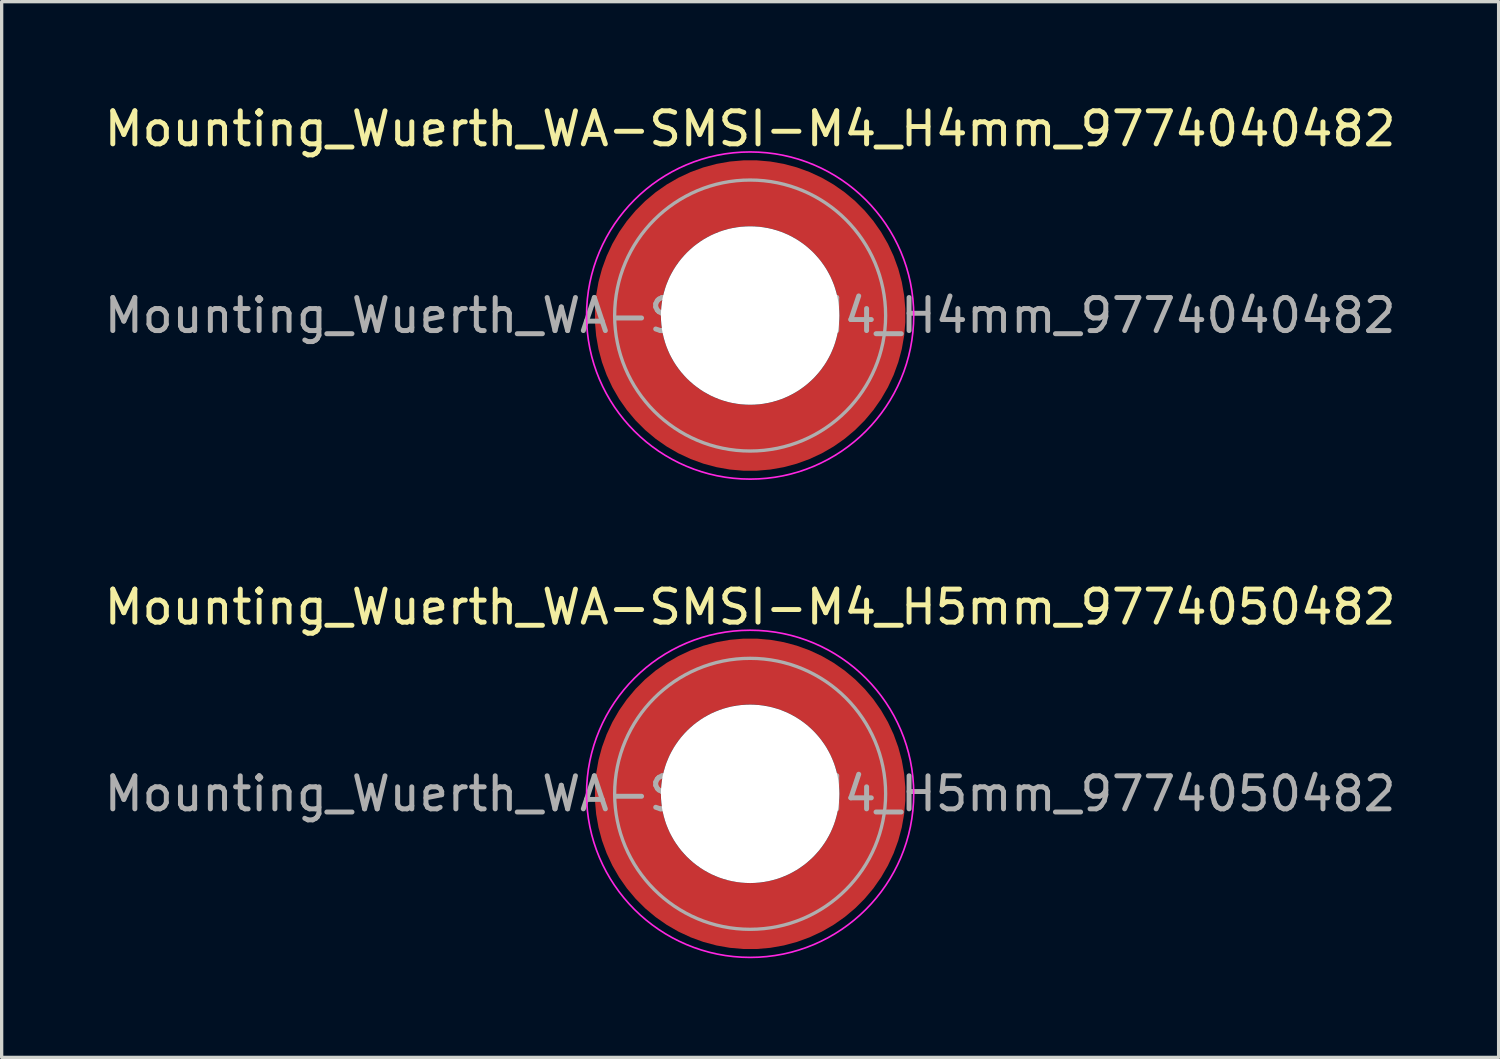
<source format=kicad_pcb>
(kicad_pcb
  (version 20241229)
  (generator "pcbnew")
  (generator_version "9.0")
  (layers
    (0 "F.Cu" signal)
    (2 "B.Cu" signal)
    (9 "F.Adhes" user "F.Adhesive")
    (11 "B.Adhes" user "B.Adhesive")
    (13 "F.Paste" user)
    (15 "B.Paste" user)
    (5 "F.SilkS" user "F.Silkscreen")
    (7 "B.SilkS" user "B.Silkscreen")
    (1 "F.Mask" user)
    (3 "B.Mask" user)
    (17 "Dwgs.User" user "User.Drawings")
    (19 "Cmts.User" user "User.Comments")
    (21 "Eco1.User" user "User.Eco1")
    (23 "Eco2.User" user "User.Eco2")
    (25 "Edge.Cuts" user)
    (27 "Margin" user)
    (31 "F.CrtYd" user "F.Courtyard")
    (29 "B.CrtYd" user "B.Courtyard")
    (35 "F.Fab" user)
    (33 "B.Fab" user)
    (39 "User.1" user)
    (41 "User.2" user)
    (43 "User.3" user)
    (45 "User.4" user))
  (footprint "Mounting_Wuerth_WA-SMSI-M4_H4mm_9774040482"
    (layer "F.Cu")
    (at 19.649 6.498)
    (property "Reference" "Mounting_Wuerth_WA-SMSI-M4_H4mm_9774040482" (at 0 -5.65 0) (layer "F.SilkS") (effects (font (size 1 1) (thickness 0.15))))
    (attr smd allow_soldermask_bridges)
    (fp_circle (center 0 0) (end 4.95 0) (stroke (width 0.05) (type solid)) (fill no) (layer "F.CrtYd"))
    (fp_circle (center 0 0) (end 4.1 0) (stroke (width 0.1) (type solid)) (fill no) (layer "F.Fab"))
    (fp_text user "${REFERENCE}" (at 0 0 0) (layer "F.Fab") (effects (font (size 1 1) (thickness 0.15))))
    (pad "" smd custom (at -2.607 -2.607) (size 0.948 0.948) (layers "F.Paste") (options (anchor circle)) (primitives (gr_arc (start -0.188183 2.107456) (mid 0.599273 0.599273) (end 2.107456 -0.188183) (width 0.2)) (gr_arc (start -0.289416 2.107456) (mid 0.52877 0.52877) (end 2.107456 -0.289416) (width 0.2)) (gr_arc (start -0.390547 2.107456) (mid 0.458268 0.458268) (end 2.107456 -0.390547) (width 0.2)) (gr_arc (start -0.491585 2.107456) (mid 0.387765 0.387765) (end 2.107456 -0.491585) (width 0.2)) (gr_arc (start -0.59254 2.107456) (mid 0.317262 0.317262) (end 2.107456 -0.59254) (width 0.2)) (gr_arc (start -0.693419 2.107456) (mid 0.246759 0.246759) (end 2.107456 -0.693419) (width 0.2)) (gr_arc (start -0.794229 2.107456) (mid 0.176257 0.176257) (end 2.107456 -0.794229) (width 0.2)) (gr_arc (start -0.894975 2.107456) (mid 0.105754 0.105754) (end 2.107456 -0.894975) (width 0.2)) (gr_arc (start -0.995664 2.107456) (mid 0.035251 0.035251) (end 2.107456 -0.995664) (width 0.2)) (gr_arc (start -1.0963 2.107456) (mid -0.035251 -0.035251) (end 2.107456 -1.0963) (width 0.2)) (gr_arc (start -1.196886 2.107456) (mid -0.105754 -0.105754) (end 2.107456 -1.196886) (width 0.2)) (gr_arc (start -1.297427 2.107456) (mid -0.176257 -0.176257) (end 2.107456 -1.297427) (width 0.2)) (gr_arc (start -1.397927 2.107456) (mid -0.246759 -0.246759) (end 2.107456 -1.397927) (width 0.2)) (gr_arc (start -1.498388 2.107456) (mid -0.317262 -0.317262) (end 2.107456 -1.498388) (width 0.2)) (gr_arc (start -1.598813 2.107456) (mid -0.387765 -0.387765) (end 2.107456 -1.598813) (width 0.2)) (gr_arc (start -1.699204 2.107456) (mid -0.458268 -0.458268) (end 2.107456 -1.699204) (width 0.2)) (gr_arc (start -1.799565 2.107456) (mid -0.52877 -0.52877) (end 2.107456 -1.799565) (width 0.2)) (gr_arc (start -1.899896 2.107456) (mid -0.599273 -0.599273) (end 2.107456 -1.899896) (width 0.2)) (gr_arc (start -1.899896 2.107456) (mid -0.599273 -0.599273) (end 2.107456 -1.899896) (width 0.2)) (gr_line (start 2.107 -0.188) (end 2.107 -1.9) (width 0.2)) (gr_line (start -0.188 2.107) (end -1.9 2.107) (width 0.2))))
    (pad "" smd custom (at -2.607 2.607) (size 0.948 0.948) (layers "F.Paste") (options (anchor circle)) (primitives (gr_arc (start 2.107456 0.188183) (mid 0.599273 -0.599273) (end -0.188183 -2.107456) (width 0.2)) (gr_arc (start 2.107456 0.289416) (mid 0.52877 -0.52877) (end -0.289416 -2.107456) (width 0.2)) (gr_arc (start 2.107456 0.390547) (mid 0.458268 -0.458268) (end -0.390547 -2.107456) (width 0.2)) (gr_arc (start 2.107456 0.491585) (mid 0.387765 -0.387765) (end -0.491585 -2.107456) (width 0.2)) (gr_arc (start 2.107456 0.59254) (mid 0.317262 -0.317262) (end -0.59254 -2.107456) (width 0.2)) (gr_arc (start 2.107456 0.693419) (mid 0.246759 -0.246759) (end -0.693419 -2.107456) (width 0.2)) (gr_arc (start 2.107456 0.794229) (mid 0.176257 -0.176257) (end -0.794229 -2.107456) (width 0.2)) (gr_arc (start 2.107456 0.894975) (mid 0.105754 -0.105754) (end -0.894975 -2.107456) (width 0.2)) (gr_arc (start 2.107456 0.995664) (mid 0.035251 -0.035251) (end -0.995664 -2.107456) (width 0.2)) (gr_arc (start 2.107456 1.0963) (mid -0.035251 0.035251) (end -1.0963 -2.107456) (width 0.2)) (gr_arc (start 2.107456 1.196886) (mid -0.105754 0.105754) (end -1.196886 -2.107456) (width 0.2)) (gr_arc (start 2.107456 1.297427) (mid -0.176257 0.176257) (end -1.297427 -2.107456) (width 0.2)) (gr_arc (start 2.107456 1.397927) (mid -0.246759 0.246759) (end -1.397927 -2.107456) (width 0.2)) (gr_arc (start 2.107456 1.498388) (mid -0.317262 0.317262) (end -1.498388 -2.107456) (width 0.2)) (gr_arc (start 2.107456 1.598813) (mid -0.387765 0.387765) (end -1.598813 -2.107456) (width 0.2)) (gr_arc (start 2.107456 1.699204) (mid -0.458268 0.458268) (end -1.699204 -2.107456) (width 0.2)) (gr_arc (start 2.107456 1.799565) (mid -0.52877 0.52877) (end -1.799565 -2.107456) (width 0.2)) (gr_arc (start 2.107456 1.899896) (mid -0.599273 0.599273) (end -1.899896 -2.107456) (width 0.2)) (gr_arc (start 2.107456 1.899896) (mid -0.599273 0.599273) (end -1.899896 -2.107456) (width 0.2)) (gr_line (start -0.188 -2.107) (end -1.9 -2.107) (width 0.2)) (gr_line (start 2.107 0.188) (end 2.107 1.9) (width 0.2))))
    (pad "" np_thru_hole circle (at 0 0) (size 5.4 5.4) (drill 5.4) (layers "*.Cu" "*.Mask"))
    (pad "" smd custom (at 2.607 -2.607) (size 0.948 0.948) (layers "F.Paste") (options (anchor circle)) (primitives (gr_arc (start -2.107456 -0.188183) (mid -0.599273 0.599273) (end 0.188183 2.107456) (width 0.2)) (gr_arc (start -2.107456 -0.289416) (mid -0.52877 0.52877) (end 0.289416 2.107456) (width 0.2)) (gr_arc (start -2.107456 -0.390547) (mid -0.458268 0.458268) (end 0.390547 2.107456) (width 0.2)) (gr_arc (start -2.107456 -0.491585) (mid -0.387765 0.387765) (end 0.491585 2.107456) (width 0.2)) (gr_arc (start -2.107456 -0.59254) (mid -0.317262 0.317262) (end 0.59254 2.107456) (width 0.2)) (gr_arc (start -2.107456 -0.693419) (mid -0.246759 0.246759) (end 0.693419 2.107456) (width 0.2)) (gr_arc (start -2.107456 -0.794229) (mid -0.176257 0.176257) (end 0.794229 2.107456) (width 0.2)) (gr_arc (start -2.107456 -0.894975) (mid -0.105754 0.105754) (end 0.894975 2.107456) (width 0.2)) (gr_arc (start -2.107456 -0.995664) (mid -0.035251 0.035251) (end 0.995664 2.107456) (width 0.2)) (gr_arc (start -2.107456 -1.0963) (mid 0.035251 -0.035251) (end 1.0963 2.107456) (width 0.2)) (gr_arc (start -2.107456 -1.196886) (mid 0.105754 -0.105754) (end 1.196886 2.107456) (width 0.2)) (gr_arc (start -2.107456 -1.297427) (mid 0.176257 -0.176257) (end 1.297427 2.107456) (width 0.2)) (gr_arc (start -2.107456 -1.397927) (mid 0.246759 -0.246759) (end 1.397927 2.107456) (width 0.2)) (gr_arc (start -2.107456 -1.498388) (mid 0.317262 -0.317262) (end 1.498388 2.107456) (width 0.2)) (gr_arc (start -2.107456 -1.598813) (mid 0.387765 -0.387765) (end 1.598813 2.107456) (width 0.2)) (gr_arc (start -2.107456 -1.699204) (mid 0.458268 -0.458268) (end 1.699204 2.107456) (width 0.2)) (gr_arc (start -2.107456 -1.799565) (mid 0.52877 -0.52877) (end 1.799565 2.107456) (width 0.2)) (gr_arc (start -2.107456 -1.899896) (mid 0.599273 -0.599273) (end 1.899896 2.107456) (width 0.2)) (gr_arc (start -2.107456 -1.899896) (mid 0.599273 -0.599273) (end 1.899896 2.107456) (width 0.2)) (gr_line (start 0.188 2.107) (end 1.9 2.107) (width 0.2)) (gr_line (start -2.107 -0.188) (end -2.107 -1.9) (width 0.2))))
    (pad "" smd custom (at 2.607 2.607) (size 0.948 0.948) (layers "F.Paste") (options (anchor circle)) (primitives (gr_arc (start 0.188183 -2.107456) (mid -0.599273 -0.599273) (end -2.107456 0.188183) (width 0.2)) (gr_arc (start 0.289416 -2.107456) (mid -0.52877 -0.52877) (end -2.107456 0.289416) (width 0.2)) (gr_arc (start 0.390547 -2.107456) (mid -0.458268 -0.458268) (end -2.107456 0.390547) (width 0.2)) (gr_arc (start 0.491585 -2.107456) (mid -0.387765 -0.387765) (end -2.107456 0.491585) (width 0.2)) (gr_arc (start 0.59254 -2.107456) (mid -0.317262 -0.317262) (end -2.107456 0.59254) (width 0.2)) (gr_arc (start 0.693419 -2.107456) (mid -0.246759 -0.246759) (end -2.107456 0.693419) (width 0.2)) (gr_arc (start 0.794229 -2.107456) (mid -0.176257 -0.176257) (end -2.107456 0.794229) (width 0.2)) (gr_arc (start 0.894975 -2.107456) (mid -0.105754 -0.105754) (end -2.107456 0.894975) (width 0.2)) (gr_arc (start 0.995664 -2.107456) (mid -0.035251 -0.035251) (end -2.107456 0.995664) (width 0.2)) (gr_arc (start 1.0963 -2.107456) (mid 0.035251 0.035251) (end -2.107456 1.0963) (width 0.2)) (gr_arc (start 1.196886 -2.107456) (mid 0.105754 0.105754) (end -2.107456 1.196886) (width 0.2)) (gr_arc (start 1.297427 -2.107456) (mid 0.176257 0.176257) (end -2.107456 1.297427) (width 0.2)) (gr_arc (start 1.397927 -2.107456) (mid 0.246759 0.246759) (end -2.107456 1.397927) (width 0.2)) (gr_arc (start 1.498388 -2.107456) (mid 0.317262 0.317262) (end -2.107456 1.498388) (width 0.2)) (gr_arc (start 1.598813 -2.107456) (mid 0.387765 0.387765) (end -2.107456 1.598813) (width 0.2)) (gr_arc (start 1.699204 -2.107456) (mid 0.458268 0.458268) (end -2.107456 1.699204) (width 0.2)) (gr_arc (start 1.799565 -2.107456) (mid 0.52877 0.52877) (end -2.107456 1.799565) (width 0.2)) (gr_arc (start 1.899896 -2.107456) (mid 0.599273 0.599273) (end -2.107456 1.899896) (width 0.2)) (gr_arc (start 1.899896 -2.107456) (mid 0.599273 0.599273) (end -2.107456 1.899896) (width 0.2)) (gr_line (start -2.107 0.188) (end -2.107 1.9) (width 0.2)) (gr_line (start 0.188 -2.107) (end 1.9 -2.107) (width 0.2))))
    (pad "1" smd circle (at -3.7 0) (size 1.492 1.492) (layers "F.Cu"))
    (pad "1" smd circle (at 0 -3.7) (size 1.492 1.492) (layers "F.Cu"))
    (pad "1" smd circle (at 0 3.7) (size 1.492 1.492) (layers "F.Cu"))
    (pad "1" smd custom (at 3.7 0) (size 2 2) (layers "F.Cu" "F.Mask") (options (anchor circle)) (primitives (gr_circle (center -3.7 0) (end 0 0) (width 2) (fill no)))))
  (footprint "Mounting_Wuerth_WA-SMSI-M4_H5mm_9774050482"
    (layer "F.Cu")
    (at 19.649 20.971)
    (property "Reference" "Mounting_Wuerth_WA-SMSI-M4_H5mm_9774050482" (at 0 -5.65 0) (layer "F.SilkS") (effects (font (size 1 1) (thickness 0.15))))
    (attr smd allow_soldermask_bridges)
    (fp_circle (center 0 0) (end 4.95 0) (stroke (width 0.05) (type solid)) (fill no) (layer "F.CrtYd"))
    (fp_circle (center 0 0) (end 4.1 0) (stroke (width 0.1) (type solid)) (fill no) (layer "F.Fab"))
    (fp_text user "${REFERENCE}" (at 0 0 0) (layer "F.Fab") (effects (font (size 1 1) (thickness 0.15))))
    (pad "" smd custom (at -2.607 -2.607) (size 0.948 0.948) (layers "F.Paste") (options (anchor circle)) (primitives (gr_arc (start -0.188183 2.107456) (mid 0.599273 0.599273) (end 2.107456 -0.188183) (width 0.2)) (gr_arc (start -0.289416 2.107456) (mid 0.52877 0.52877) (end 2.107456 -0.289416) (width 0.2)) (gr_arc (start -0.390547 2.107456) (mid 0.458268 0.458268) (end 2.107456 -0.390547) (width 0.2)) (gr_arc (start -0.491585 2.107456) (mid 0.387765 0.387765) (end 2.107456 -0.491585) (width 0.2)) (gr_arc (start -0.59254 2.107456) (mid 0.317262 0.317262) (end 2.107456 -0.59254) (width 0.2)) (gr_arc (start -0.693419 2.107456) (mid 0.246759 0.246759) (end 2.107456 -0.693419) (width 0.2)) (gr_arc (start -0.794229 2.107456) (mid 0.176257 0.176257) (end 2.107456 -0.794229) (width 0.2)) (gr_arc (start -0.894975 2.107456) (mid 0.105754 0.105754) (end 2.107456 -0.894975) (width 0.2)) (gr_arc (start -0.995664 2.107456) (mid 0.035251 0.035251) (end 2.107456 -0.995664) (width 0.2)) (gr_arc (start -1.0963 2.107456) (mid -0.035251 -0.035251) (end 2.107456 -1.0963) (width 0.2)) (gr_arc (start -1.196886 2.107456) (mid -0.105754 -0.105754) (end 2.107456 -1.196886) (width 0.2)) (gr_arc (start -1.297427 2.107456) (mid -0.176257 -0.176257) (end 2.107456 -1.297427) (width 0.2)) (gr_arc (start -1.397927 2.107456) (mid -0.246759 -0.246759) (end 2.107456 -1.397927) (width 0.2)) (gr_arc (start -1.498388 2.107456) (mid -0.317262 -0.317262) (end 2.107456 -1.498388) (width 0.2)) (gr_arc (start -1.598813 2.107456) (mid -0.387765 -0.387765) (end 2.107456 -1.598813) (width 0.2)) (gr_arc (start -1.699204 2.107456) (mid -0.458268 -0.458268) (end 2.107456 -1.699204) (width 0.2)) (gr_arc (start -1.799565 2.107456) (mid -0.52877 -0.52877) (end 2.107456 -1.799565) (width 0.2)) (gr_arc (start -1.899896 2.107456) (mid -0.599273 -0.599273) (end 2.107456 -1.899896) (width 0.2)) (gr_arc (start -1.899896 2.107456) (mid -0.599273 -0.599273) (end 2.107456 -1.899896) (width 0.2)) (gr_line (start 2.107 -0.188) (end 2.107 -1.9) (width 0.2)) (gr_line (start -0.188 2.107) (end -1.9 2.107) (width 0.2))))
    (pad "" smd custom (at -2.607 2.607) (size 0.948 0.948) (layers "F.Paste") (options (anchor circle)) (primitives (gr_arc (start 2.107456 0.188183) (mid 0.599273 -0.599273) (end -0.188183 -2.107456) (width 0.2)) (gr_arc (start 2.107456 0.289416) (mid 0.52877 -0.52877) (end -0.289416 -2.107456) (width 0.2)) (gr_arc (start 2.107456 0.390547) (mid 0.458268 -0.458268) (end -0.390547 -2.107456) (width 0.2)) (gr_arc (start 2.107456 0.491585) (mid 0.387765 -0.387765) (end -0.491585 -2.107456) (width 0.2)) (gr_arc (start 2.107456 0.59254) (mid 0.317262 -0.317262) (end -0.59254 -2.107456) (width 0.2)) (gr_arc (start 2.107456 0.693419) (mid 0.246759 -0.246759) (end -0.693419 -2.107456) (width 0.2)) (gr_arc (start 2.107456 0.794229) (mid 0.176257 -0.176257) (end -0.794229 -2.107456) (width 0.2)) (gr_arc (start 2.107456 0.894975) (mid 0.105754 -0.105754) (end -0.894975 -2.107456) (width 0.2)) (gr_arc (start 2.107456 0.995664) (mid 0.035251 -0.035251) (end -0.995664 -2.107456) (width 0.2)) (gr_arc (start 2.107456 1.0963) (mid -0.035251 0.035251) (end -1.0963 -2.107456) (width 0.2)) (gr_arc (start 2.107456 1.196886) (mid -0.105754 0.105754) (end -1.196886 -2.107456) (width 0.2)) (gr_arc (start 2.107456 1.297427) (mid -0.176257 0.176257) (end -1.297427 -2.107456) (width 0.2)) (gr_arc (start 2.107456 1.397927) (mid -0.246759 0.246759) (end -1.397927 -2.107456) (width 0.2)) (gr_arc (start 2.107456 1.498388) (mid -0.317262 0.317262) (end -1.498388 -2.107456) (width 0.2)) (gr_arc (start 2.107456 1.598813) (mid -0.387765 0.387765) (end -1.598813 -2.107456) (width 0.2)) (gr_arc (start 2.107456 1.699204) (mid -0.458268 0.458268) (end -1.699204 -2.107456) (width 0.2)) (gr_arc (start 2.107456 1.799565) (mid -0.52877 0.52877) (end -1.799565 -2.107456) (width 0.2)) (gr_arc (start 2.107456 1.899896) (mid -0.599273 0.599273) (end -1.899896 -2.107456) (width 0.2)) (gr_arc (start 2.107456 1.899896) (mid -0.599273 0.599273) (end -1.899896 -2.107456) (width 0.2)) (gr_line (start -0.188 -2.107) (end -1.9 -2.107) (width 0.2)) (gr_line (start 2.107 0.188) (end 2.107 1.9) (width 0.2))))
    (pad "" np_thru_hole circle (at 0 0) (size 5.4 5.4) (drill 5.4) (layers "*.Cu" "*.Mask"))
    (pad "" smd custom (at 2.607 -2.607) (size 0.948 0.948) (layers "F.Paste") (options (anchor circle)) (primitives (gr_arc (start -2.107456 -0.188183) (mid -0.599273 0.599273) (end 0.188183 2.107456) (width 0.2)) (gr_arc (start -2.107456 -0.289416) (mid -0.52877 0.52877) (end 0.289416 2.107456) (width 0.2)) (gr_arc (start -2.107456 -0.390547) (mid -0.458268 0.458268) (end 0.390547 2.107456) (width 0.2)) (gr_arc (start -2.107456 -0.491585) (mid -0.387765 0.387765) (end 0.491585 2.107456) (width 0.2)) (gr_arc (start -2.107456 -0.59254) (mid -0.317262 0.317262) (end 0.59254 2.107456) (width 0.2)) (gr_arc (start -2.107456 -0.693419) (mid -0.246759 0.246759) (end 0.693419 2.107456) (width 0.2)) (gr_arc (start -2.107456 -0.794229) (mid -0.176257 0.176257) (end 0.794229 2.107456) (width 0.2)) (gr_arc (start -2.107456 -0.894975) (mid -0.105754 0.105754) (end 0.894975 2.107456) (width 0.2)) (gr_arc (start -2.107456 -0.995664) (mid -0.035251 0.035251) (end 0.995664 2.107456) (width 0.2)) (gr_arc (start -2.107456 -1.0963) (mid 0.035251 -0.035251) (end 1.0963 2.107456) (width 0.2)) (gr_arc (start -2.107456 -1.196886) (mid 0.105754 -0.105754) (end 1.196886 2.107456) (width 0.2)) (gr_arc (start -2.107456 -1.297427) (mid 0.176257 -0.176257) (end 1.297427 2.107456) (width 0.2)) (gr_arc (start -2.107456 -1.397927) (mid 0.246759 -0.246759) (end 1.397927 2.107456) (width 0.2)) (gr_arc (start -2.107456 -1.498388) (mid 0.317262 -0.317262) (end 1.498388 2.107456) (width 0.2)) (gr_arc (start -2.107456 -1.598813) (mid 0.387765 -0.387765) (end 1.598813 2.107456) (width 0.2)) (gr_arc (start -2.107456 -1.699204) (mid 0.458268 -0.458268) (end 1.699204 2.107456) (width 0.2)) (gr_arc (start -2.107456 -1.799565) (mid 0.52877 -0.52877) (end 1.799565 2.107456) (width 0.2)) (gr_arc (start -2.107456 -1.899896) (mid 0.599273 -0.599273) (end 1.899896 2.107456) (width 0.2)) (gr_arc (start -2.107456 -1.899896) (mid 0.599273 -0.599273) (end 1.899896 2.107456) (width 0.2)) (gr_line (start 0.188 2.107) (end 1.9 2.107) (width 0.2)) (gr_line (start -2.107 -0.188) (end -2.107 -1.9) (width 0.2))))
    (pad "" smd custom (at 2.607 2.607) (size 0.948 0.948) (layers "F.Paste") (options (anchor circle)) (primitives (gr_arc (start 0.188183 -2.107456) (mid -0.599273 -0.599273) (end -2.107456 0.188183) (width 0.2)) (gr_arc (start 0.289416 -2.107456) (mid -0.52877 -0.52877) (end -2.107456 0.289416) (width 0.2)) (gr_arc (start 0.390547 -2.107456) (mid -0.458268 -0.458268) (end -2.107456 0.390547) (width 0.2)) (gr_arc (start 0.491585 -2.107456) (mid -0.387765 -0.387765) (end -2.107456 0.491585) (width 0.2)) (gr_arc (start 0.59254 -2.107456) (mid -0.317262 -0.317262) (end -2.107456 0.59254) (width 0.2)) (gr_arc (start 0.693419 -2.107456) (mid -0.246759 -0.246759) (end -2.107456 0.693419) (width 0.2)) (gr_arc (start 0.794229 -2.107456) (mid -0.176257 -0.176257) (end -2.107456 0.794229) (width 0.2)) (gr_arc (start 0.894975 -2.107456) (mid -0.105754 -0.105754) (end -2.107456 0.894975) (width 0.2)) (gr_arc (start 0.995664 -2.107456) (mid -0.035251 -0.035251) (end -2.107456 0.995664) (width 0.2)) (gr_arc (start 1.0963 -2.107456) (mid 0.035251 0.035251) (end -2.107456 1.0963) (width 0.2)) (gr_arc (start 1.196886 -2.107456) (mid 0.105754 0.105754) (end -2.107456 1.196886) (width 0.2)) (gr_arc (start 1.297427 -2.107456) (mid 0.176257 0.176257) (end -2.107456 1.297427) (width 0.2)) (gr_arc (start 1.397927 -2.107456) (mid 0.246759 0.246759) (end -2.107456 1.397927) (width 0.2)) (gr_arc (start 1.498388 -2.107456) (mid 0.317262 0.317262) (end -2.107456 1.498388) (width 0.2)) (gr_arc (start 1.598813 -2.107456) (mid 0.387765 0.387765) (end -2.107456 1.598813) (width 0.2)) (gr_arc (start 1.699204 -2.107456) (mid 0.458268 0.458268) (end -2.107456 1.699204) (width 0.2)) (gr_arc (start 1.799565 -2.107456) (mid 0.52877 0.52877) (end -2.107456 1.799565) (width 0.2)) (gr_arc (start 1.899896 -2.107456) (mid 0.599273 0.599273) (end -2.107456 1.899896) (width 0.2)) (gr_arc (start 1.899896 -2.107456) (mid 0.599273 0.599273) (end -2.107456 1.899896) (width 0.2)) (gr_line (start -2.107 0.188) (end -2.107 1.9) (width 0.2)) (gr_line (start 0.188 -2.107) (end 1.9 -2.107) (width 0.2))))
    (pad "1" smd circle (at -3.7 0) (size 1.492 1.492) (layers "F.Cu"))
    (pad "1" smd circle (at 0 -3.7) (size 1.492 1.492) (layers "F.Cu"))
    (pad "1" smd circle (at 0 3.7) (size 1.492 1.492) (layers "F.Cu"))
    (pad "1" smd custom (at 3.7 0) (size 2 2) (layers "F.Cu" "F.Mask") (options (anchor circle)) (primitives (gr_circle (center -3.7 0) (end 0 0) (width 2) (fill no)))))
  (gr_rect
    (start -3 -3)
    (end 42.298 28.947)
    (stroke (width 0.1) (type default))
    (fill no)
    (layer "Edge.Cuts")))
</source>
